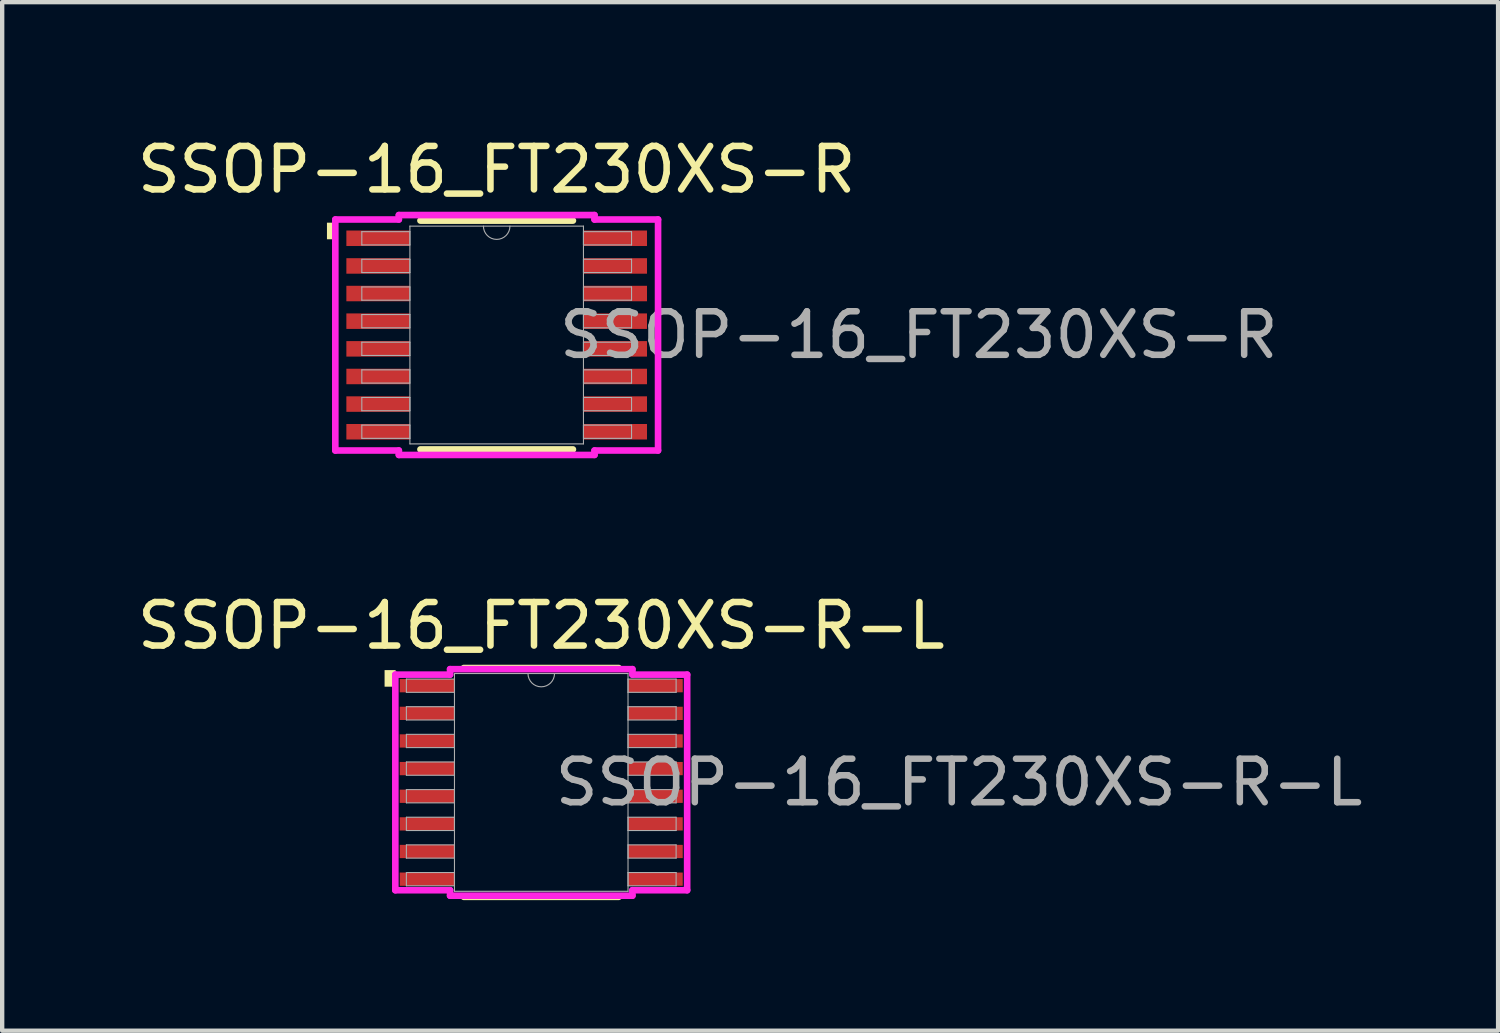
<source format=kicad_pcb>
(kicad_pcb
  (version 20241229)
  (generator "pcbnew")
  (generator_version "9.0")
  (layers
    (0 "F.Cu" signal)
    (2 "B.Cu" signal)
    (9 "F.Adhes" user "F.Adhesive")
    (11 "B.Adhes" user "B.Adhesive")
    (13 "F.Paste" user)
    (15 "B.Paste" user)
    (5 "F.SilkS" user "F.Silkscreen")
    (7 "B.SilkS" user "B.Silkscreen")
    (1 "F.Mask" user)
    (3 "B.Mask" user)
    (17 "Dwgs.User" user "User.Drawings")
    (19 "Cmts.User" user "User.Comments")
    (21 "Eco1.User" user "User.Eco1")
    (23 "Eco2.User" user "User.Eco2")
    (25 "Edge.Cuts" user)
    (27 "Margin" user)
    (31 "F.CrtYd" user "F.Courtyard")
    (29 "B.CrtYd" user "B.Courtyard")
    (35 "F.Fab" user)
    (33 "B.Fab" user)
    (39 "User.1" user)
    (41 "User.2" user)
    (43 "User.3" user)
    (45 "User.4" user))
  (footprint "SSOP-16_FT230XS-R-L"
    (layer "F.Cu")
    (at 9.387 14.929)
    (property "Reference" "SSOP-16_FT230XS-R-L" (at 0 -3.6 0) (unlocked yes) (layer "F.SilkS") (effects (font (size 1 1) (thickness 0.15))))
    (attr smd)
    (fp_line (start -1.779 2.629) (end 1.779 2.629) (stroke (width 0.152) (type solid)) (layer "F.SilkS"))
    (fp_line (start 1.779 -2.629) (end -1.779 -2.629) (stroke (width 0.152) (type solid)) (layer "F.SilkS"))
    (fp_poly (pts (xy -3.346 -2.581) (xy -3.346 -2.2) (xy -3.6 -2.2) (xy -3.6 -2.581)) (stroke (width 0) (type solid)) (fill yes) (layer "F.SilkS"))
    (fp_line (start -3.353 -2.477) (end -2.095 -2.477) (stroke (width 0.152) (type solid)) (layer "F.CrtYd"))
    (fp_line (start -3.353 2.477) (end -3.353 -2.477) (stroke (width 0.152) (type solid)) (layer "F.CrtYd"))
    (fp_line (start -3.353 2.477) (end -2.095 2.477) (stroke (width 0.152) (type solid)) (layer "F.CrtYd"))
    (fp_line (start -2.095 -2.603) (end 2.095 -2.603) (stroke (width 0.152) (type solid)) (layer "F.CrtYd"))
    (fp_line (start -2.095 -2.477) (end -2.095 -2.603) (stroke (width 0.152) (type solid)) (layer "F.CrtYd"))
    (fp_line (start -2.095 2.603) (end -2.095 2.477) (stroke (width 0.152) (type solid)) (layer "F.CrtYd"))
    (fp_line (start 2.095 -2.603) (end 2.095 -2.477) (stroke (width 0.152) (type solid)) (layer "F.CrtYd"))
    (fp_line (start 2.095 2.477) (end 2.095 2.603) (stroke (width 0.152) (type solid)) (layer "F.CrtYd"))
    (fp_line (start 2.095 2.603) (end -2.095 2.603) (stroke (width 0.152) (type solid)) (layer "F.CrtYd"))
    (fp_line (start 3.353 -2.477) (end 2.095 -2.477) (stroke (width 0.152) (type solid)) (layer "F.CrtYd"))
    (fp_line (start 3.353 -2.477) (end 3.353 2.477) (stroke (width 0.152) (type solid)) (layer "F.CrtYd"))
    (fp_line (start 3.353 2.477) (end 2.095 2.477) (stroke (width 0.152) (type solid)) (layer "F.CrtYd"))
    (fp_line (start -3.099 -2.375) (end -3.099 -2.07) (stroke (width 0.025) (type solid)) (layer "F.Fab"))
    (fp_line (start -3.099 -2.07) (end -1.994 -2.07) (stroke (width 0.025) (type solid)) (layer "F.Fab"))
    (fp_line (start -3.099 -1.74) (end -3.099 -1.435) (stroke (width 0.025) (type solid)) (layer "F.Fab"))
    (fp_line (start -3.099 -1.435) (end -1.994 -1.435) (stroke (width 0.025) (type solid)) (layer "F.Fab"))
    (fp_line (start -3.099 -1.105) (end -3.099 -0.8) (stroke (width 0.025) (type solid)) (layer "F.Fab"))
    (fp_line (start -3.099 -0.8) (end -1.994 -0.8) (stroke (width 0.025) (type solid)) (layer "F.Fab"))
    (fp_line (start -3.099 -0.47) (end -3.099 -0.165) (stroke (width 0.025) (type solid)) (layer "F.Fab"))
    (fp_line (start -3.099 -0.165) (end -1.994 -0.165) (stroke (width 0.025) (type solid)) (layer "F.Fab"))
    (fp_line (start -3.099 0.165) (end -3.099 0.47) (stroke (width 0.025) (type solid)) (layer "F.Fab"))
    (fp_line (start -3.099 0.47) (end -1.994 0.47) (stroke (width 0.025) (type solid)) (layer "F.Fab"))
    (fp_line (start -3.099 0.8) (end -3.099 1.105) (stroke (width 0.025) (type solid)) (layer "F.Fab"))
    (fp_line (start -3.099 1.105) (end -1.994 1.105) (stroke (width 0.025) (type solid)) (layer "F.Fab"))
    (fp_line (start -3.099 1.435) (end -3.099 1.74) (stroke (width 0.025) (type solid)) (layer "F.Fab"))
    (fp_line (start -3.099 1.74) (end -1.994 1.74) (stroke (width 0.025) (type solid)) (layer "F.Fab"))
    (fp_line (start -3.099 2.07) (end -3.099 2.375) (stroke (width 0.025) (type solid)) (layer "F.Fab"))
    (fp_line (start -3.099 2.375) (end -1.994 2.375) (stroke (width 0.025) (type solid)) (layer "F.Fab"))
    (fp_line (start -1.994 -2.502) (end -1.994 2.502) (stroke (width 0.025) (type solid)) (layer "F.Fab"))
    (fp_line (start -1.994 -2.375) (end -3.099 -2.375) (stroke (width 0.025) (type solid)) (layer "F.Fab"))
    (fp_line (start -1.994 -2.07) (end -1.994 -2.375) (stroke (width 0.025) (type solid)) (layer "F.Fab"))
    (fp_line (start -1.994 -1.74) (end -3.099 -1.74) (stroke (width 0.025) (type solid)) (layer "F.Fab"))
    (fp_line (start -1.994 -1.435) (end -1.994 -1.74) (stroke (width 0.025) (type solid)) (layer "F.Fab"))
    (fp_line (start -1.994 -1.105) (end -3.099 -1.105) (stroke (width 0.025) (type solid)) (layer "F.Fab"))
    (fp_line (start -1.994 -0.8) (end -1.994 -1.105) (stroke (width 0.025) (type solid)) (layer "F.Fab"))
    (fp_line (start -1.994 -0.47) (end -3.099 -0.47) (stroke (width 0.025) (type solid)) (layer "F.Fab"))
    (fp_line (start -1.994 -0.165) (end -1.994 -0.47) (stroke (width 0.025) (type solid)) (layer "F.Fab"))
    (fp_line (start -1.994 0.165) (end -3.099 0.165) (stroke (width 0.025) (type solid)) (layer "F.Fab"))
    (fp_line (start -1.994 0.47) (end -1.994 0.165) (stroke (width 0.025) (type solid)) (layer "F.Fab"))
    (fp_line (start -1.994 0.8) (end -3.099 0.8) (stroke (width 0.025) (type solid)) (layer "F.Fab"))
    (fp_line (start -1.994 1.105) (end -1.994 0.8) (stroke (width 0.025) (type solid)) (layer "F.Fab"))
    (fp_line (start -1.994 1.435) (end -3.099 1.435) (stroke (width 0.025) (type solid)) (layer "F.Fab"))
    (fp_line (start -1.994 1.74) (end -1.994 1.435) (stroke (width 0.025) (type solid)) (layer "F.Fab"))
    (fp_line (start -1.994 2.07) (end -3.099 2.07) (stroke (width 0.025) (type solid)) (layer "F.Fab"))
    (fp_line (start -1.994 2.375) (end -1.994 2.07) (stroke (width 0.025) (type solid)) (layer "F.Fab"))
    (fp_line (start -1.994 2.502) (end 1.994 2.502) (stroke (width 0.025) (type solid)) (layer "F.Fab"))
    (fp_line (start 1.994 -2.502) (end -1.994 -2.502) (stroke (width 0.025) (type solid)) (layer "F.Fab"))
    (fp_line (start 1.994 -2.375) (end 1.994 -2.07) (stroke (width 0.025) (type solid)) (layer "F.Fab"))
    (fp_line (start 1.994 -2.07) (end 3.099 -2.07) (stroke (width 0.025) (type solid)) (layer "F.Fab"))
    (fp_line (start 1.994 -1.74) (end 1.994 -1.435) (stroke (width 0.025) (type solid)) (layer "F.Fab"))
    (fp_line (start 1.994 -1.435) (end 3.099 -1.435) (stroke (width 0.025) (type solid)) (layer "F.Fab"))
    (fp_line (start 1.994 -1.105) (end 1.994 -0.8) (stroke (width 0.025) (type solid)) (layer "F.Fab"))
    (fp_line (start 1.994 -0.8) (end 3.099 -0.8) (stroke (width 0.025) (type solid)) (layer "F.Fab"))
    (fp_line (start 1.994 -0.47) (end 1.994 -0.165) (stroke (width 0.025) (type solid)) (layer "F.Fab"))
    (fp_line (start 1.994 -0.165) (end 3.099 -0.165) (stroke (width 0.025) (type solid)) (layer "F.Fab"))
    (fp_line (start 1.994 0.165) (end 1.994 0.47) (stroke (width 0.025) (type solid)) (layer "F.Fab"))
    (fp_line (start 1.994 0.47) (end 3.099 0.47) (stroke (width 0.025) (type solid)) (layer "F.Fab"))
    (fp_line (start 1.994 0.8) (end 1.994 1.105) (stroke (width 0.025) (type solid)) (layer "F.Fab"))
    (fp_line (start 1.994 1.105) (end 3.099 1.105) (stroke (width 0.025) (type solid)) (layer "F.Fab"))
    (fp_line (start 1.994 1.435) (end 1.994 1.74) (stroke (width 0.025) (type solid)) (layer "F.Fab"))
    (fp_line (start 1.994 1.74) (end 3.099 1.74) (stroke (width 0.025) (type solid)) (layer "F.Fab"))
    (fp_line (start 1.994 2.07) (end 1.994 2.375) (stroke (width 0.025) (type solid)) (layer "F.Fab"))
    (fp_line (start 1.994 2.375) (end 3.099 2.375) (stroke (width 0.025) (type solid)) (layer "F.Fab"))
    (fp_line (start 1.994 2.502) (end 1.994 -2.502) (stroke (width 0.025) (type solid)) (layer "F.Fab"))
    (fp_line (start 3.099 -2.375) (end 1.994 -2.375) (stroke (width 0.025) (type solid)) (layer "F.Fab"))
    (fp_line (start 3.099 -2.07) (end 3.099 -2.375) (stroke (width 0.025) (type solid)) (layer "F.Fab"))
    (fp_line (start 3.099 -1.74) (end 1.994 -1.74) (stroke (width 0.025) (type solid)) (layer "F.Fab"))
    (fp_line (start 3.099 -1.435) (end 3.099 -1.74) (stroke (width 0.025) (type solid)) (layer "F.Fab"))
    (fp_line (start 3.099 -1.105) (end 1.994 -1.105) (stroke (width 0.025) (type solid)) (layer "F.Fab"))
    (fp_line (start 3.099 -0.8) (end 3.099 -1.105) (stroke (width 0.025) (type solid)) (layer "F.Fab"))
    (fp_line (start 3.099 -0.47) (end 1.994 -0.47) (stroke (width 0.025) (type solid)) (layer "F.Fab"))
    (fp_line (start 3.099 -0.165) (end 3.099 -0.47) (stroke (width 0.025) (type solid)) (layer "F.Fab"))
    (fp_line (start 3.099 0.165) (end 1.994 0.165) (stroke (width 0.025) (type solid)) (layer "F.Fab"))
    (fp_line (start 3.099 0.47) (end 3.099 0.165) (stroke (width 0.025) (type solid)) (layer "F.Fab"))
    (fp_line (start 3.099 0.8) (end 1.994 0.8) (stroke (width 0.025) (type solid)) (layer "F.Fab"))
    (fp_line (start 3.099 1.105) (end 3.099 0.8) (stroke (width 0.025) (type solid)) (layer "F.Fab"))
    (fp_line (start 3.099 1.435) (end 1.994 1.435) (stroke (width 0.025) (type solid)) (layer "F.Fab"))
    (fp_line (start 3.099 1.74) (end 3.099 1.435) (stroke (width 0.025) (type solid)) (layer "F.Fab"))
    (fp_line (start 3.099 2.07) (end 1.994 2.07) (stroke (width 0.025) (type solid)) (layer "F.Fab"))
    (fp_line (start 3.099 2.375) (end 3.099 2.07) (stroke (width 0.025) (type solid)) (layer "F.Fab"))
    (fp_arc (start 0.3048 -2.5019) (mid 0 -2.1971) (end -0.3048 -2.5019) (stroke (width 0.0254) (type solid)) (layer "F.Fab"))
    (fp_text user "${REFERENCE}" (at 9.6 0 0) (unlocked yes) (layer "F.Fab") (effects (font (size 1 1) (thickness 0.15))))
    (pad "1" smd rect (at -2.623 -2.223) (size 1.257 0.305) (layers "F.Cu" "F.Mask" "F.Paste"))
    (pad "2" smd rect (at -2.623 -1.587) (size 1.257 0.305) (layers "F.Cu" "F.Mask" "F.Paste"))
    (pad "3" smd rect (at -2.623 -0.953) (size 1.257 0.305) (layers "F.Cu" "F.Mask" "F.Paste"))
    (pad "4" smd rect (at -2.623 -0.318) (size 1.257 0.305) (layers "F.Cu" "F.Mask" "F.Paste"))
    (pad "5" smd rect (at -2.623 0.318) (size 1.257 0.305) (layers "F.Cu" "F.Mask" "F.Paste"))
    (pad "6" smd rect (at -2.623 0.953) (size 1.257 0.305) (layers "F.Cu" "F.Mask" "F.Paste"))
    (pad "7" smd rect (at -2.623 1.587) (size 1.257 0.305) (layers "F.Cu" "F.Mask" "F.Paste"))
    (pad "8" smd rect (at -2.623 2.223) (size 1.257 0.305) (layers "F.Cu" "F.Mask" "F.Paste"))
    (pad "9" smd rect (at 2.623 2.223) (size 1.257 0.305) (layers "F.Cu" "F.Mask" "F.Paste"))
    (pad "10" smd rect (at 2.623 1.587) (size 1.257 0.305) (layers "F.Cu" "F.Mask" "F.Paste"))
    (pad "11" smd rect (at 2.623 0.953) (size 1.257 0.305) (layers "F.Cu" "F.Mask" "F.Paste"))
    (pad "12" smd rect (at 2.623 0.318) (size 1.257 0.305) (layers "F.Cu" "F.Mask" "F.Paste"))
    (pad "13" smd rect (at 2.623 -0.318) (size 1.257 0.305) (layers "F.Cu" "F.Mask" "F.Paste"))
    (pad "14" smd rect (at 2.623 -0.953) (size 1.257 0.305) (layers "F.Cu" "F.Mask" "F.Paste"))
    (pad "15" smd rect (at 2.623 -1.587) (size 1.257 0.305) (layers "F.Cu" "F.Mask" "F.Paste"))
    (pad "16" smd rect (at 2.623 -2.223) (size 1.257 0.305) (layers "F.Cu" "F.Mask" "F.Paste")))
  (footprint "SSOP-16_FT230XS-R"
    (layer "F.Cu")
    (at 8.363 4.648)
    (property "Reference" "SSOP-16_FT230XS-R" (at 0 -3.8 0) (unlocked yes) (layer "F.SilkS") (effects (font (size 1 1) (thickness 0.15))))
    (attr smd)
    (fp_line (start -1.752 2.629) (end 1.752 2.629) (stroke (width 0.152) (type solid)) (layer "F.SilkS"))
    (fp_line (start 1.752 -2.629) (end -1.752 -2.629) (stroke (width 0.152) (type solid)) (layer "F.SilkS"))
    (fp_poly (pts (xy -3.646 -2.581) (xy -3.646 -2.2) (xy -3.9 -2.2) (xy -3.9 -2.581)) (stroke (width 0) (type solid)) (fill yes) (layer "F.SilkS"))
    (fp_line (start -3.708 -2.654) (end -2.248 -2.654) (stroke (width 0.152) (type solid)) (layer "F.CrtYd"))
    (fp_line (start -3.708 2.654) (end -3.708 -2.654) (stroke (width 0.152) (type solid)) (layer "F.CrtYd"))
    (fp_line (start -3.708 2.654) (end -2.248 2.654) (stroke (width 0.152) (type solid)) (layer "F.CrtYd"))
    (fp_line (start -2.248 -2.756) (end 2.248 -2.756) (stroke (width 0.152) (type solid)) (layer "F.CrtYd"))
    (fp_line (start -2.248 -2.654) (end -2.248 -2.756) (stroke (width 0.152) (type solid)) (layer "F.CrtYd"))
    (fp_line (start -2.248 2.756) (end -2.248 2.654) (stroke (width 0.152) (type solid)) (layer "F.CrtYd"))
    (fp_line (start 2.248 -2.756) (end 2.248 -2.654) (stroke (width 0.152) (type solid)) (layer "F.CrtYd"))
    (fp_line (start 2.248 2.654) (end 2.248 2.756) (stroke (width 0.152) (type solid)) (layer "F.CrtYd"))
    (fp_line (start 2.248 2.756) (end -2.248 2.756) (stroke (width 0.152) (type solid)) (layer "F.CrtYd"))
    (fp_line (start 3.708 -2.654) (end 2.248 -2.654) (stroke (width 0.152) (type solid)) (layer "F.CrtYd"))
    (fp_line (start 3.708 -2.654) (end 3.708 2.654) (stroke (width 0.152) (type solid)) (layer "F.CrtYd"))
    (fp_line (start 3.708 2.654) (end 2.248 2.654) (stroke (width 0.152) (type solid)) (layer "F.CrtYd"))
    (fp_line (start -3.099 -2.375) (end -3.099 -2.07) (stroke (width 0.025) (type solid)) (layer "F.Fab"))
    (fp_line (start -3.099 -2.07) (end -1.994 -2.07) (stroke (width 0.025) (type solid)) (layer "F.Fab"))
    (fp_line (start -3.099 -1.74) (end -3.099 -1.435) (stroke (width 0.025) (type solid)) (layer "F.Fab"))
    (fp_line (start -3.099 -1.435) (end -1.994 -1.435) (stroke (width 0.025) (type solid)) (layer "F.Fab"))
    (fp_line (start -3.099 -1.105) (end -3.099 -0.8) (stroke (width 0.025) (type solid)) (layer "F.Fab"))
    (fp_line (start -3.099 -0.8) (end -1.994 -0.8) (stroke (width 0.025) (type solid)) (layer "F.Fab"))
    (fp_line (start -3.099 -0.47) (end -3.099 -0.165) (stroke (width 0.025) (type solid)) (layer "F.Fab"))
    (fp_line (start -3.099 -0.165) (end -1.994 -0.165) (stroke (width 0.025) (type solid)) (layer "F.Fab"))
    (fp_line (start -3.099 0.165) (end -3.099 0.47) (stroke (width 0.025) (type solid)) (layer "F.Fab"))
    (fp_line (start -3.099 0.47) (end -1.994 0.47) (stroke (width 0.025) (type solid)) (layer "F.Fab"))
    (fp_line (start -3.099 0.8) (end -3.099 1.105) (stroke (width 0.025) (type solid)) (layer "F.Fab"))
    (fp_line (start -3.099 1.105) (end -1.994 1.105) (stroke (width 0.025) (type solid)) (layer "F.Fab"))
    (fp_line (start -3.099 1.435) (end -3.099 1.74) (stroke (width 0.025) (type solid)) (layer "F.Fab"))
    (fp_line (start -3.099 1.74) (end -1.994 1.74) (stroke (width 0.025) (type solid)) (layer "F.Fab"))
    (fp_line (start -3.099 2.07) (end -3.099 2.375) (stroke (width 0.025) (type solid)) (layer "F.Fab"))
    (fp_line (start -3.099 2.375) (end -1.994 2.375) (stroke (width 0.025) (type solid)) (layer "F.Fab"))
    (fp_line (start -1.994 -2.502) (end -1.994 2.502) (stroke (width 0.025) (type solid)) (layer "F.Fab"))
    (fp_line (start -1.994 -2.375) (end -3.099 -2.375) (stroke (width 0.025) (type solid)) (layer "F.Fab"))
    (fp_line (start -1.994 -2.07) (end -1.994 -2.375) (stroke (width 0.025) (type solid)) (layer "F.Fab"))
    (fp_line (start -1.994 -1.74) (end -3.099 -1.74) (stroke (width 0.025) (type solid)) (layer "F.Fab"))
    (fp_line (start -1.994 -1.435) (end -1.994 -1.74) (stroke (width 0.025) (type solid)) (layer "F.Fab"))
    (fp_line (start -1.994 -1.105) (end -3.099 -1.105) (stroke (width 0.025) (type solid)) (layer "F.Fab"))
    (fp_line (start -1.994 -0.8) (end -1.994 -1.105) (stroke (width 0.025) (type solid)) (layer "F.Fab"))
    (fp_line (start -1.994 -0.47) (end -3.099 -0.47) (stroke (width 0.025) (type solid)) (layer "F.Fab"))
    (fp_line (start -1.994 -0.165) (end -1.994 -0.47) (stroke (width 0.025) (type solid)) (layer "F.Fab"))
    (fp_line (start -1.994 0.165) (end -3.099 0.165) (stroke (width 0.025) (type solid)) (layer "F.Fab"))
    (fp_line (start -1.994 0.47) (end -1.994 0.165) (stroke (width 0.025) (type solid)) (layer "F.Fab"))
    (fp_line (start -1.994 0.8) (end -3.099 0.8) (stroke (width 0.025) (type solid)) (layer "F.Fab"))
    (fp_line (start -1.994 1.105) (end -1.994 0.8) (stroke (width 0.025) (type solid)) (layer "F.Fab"))
    (fp_line (start -1.994 1.435) (end -3.099 1.435) (stroke (width 0.025) (type solid)) (layer "F.Fab"))
    (fp_line (start -1.994 1.74) (end -1.994 1.435) (stroke (width 0.025) (type solid)) (layer "F.Fab"))
    (fp_line (start -1.994 2.07) (end -3.099 2.07) (stroke (width 0.025) (type solid)) (layer "F.Fab"))
    (fp_line (start -1.994 2.375) (end -1.994 2.07) (stroke (width 0.025) (type solid)) (layer "F.Fab"))
    (fp_line (start -1.994 2.502) (end 1.994 2.502) (stroke (width 0.025) (type solid)) (layer "F.Fab"))
    (fp_line (start 1.994 -2.502) (end -1.994 -2.502) (stroke (width 0.025) (type solid)) (layer "F.Fab"))
    (fp_line (start 1.994 -2.375) (end 1.994 -2.07) (stroke (width 0.025) (type solid)) (layer "F.Fab"))
    (fp_line (start 1.994 -2.07) (end 3.099 -2.07) (stroke (width 0.025) (type solid)) (layer "F.Fab"))
    (fp_line (start 1.994 -1.74) (end 1.994 -1.435) (stroke (width 0.025) (type solid)) (layer "F.Fab"))
    (fp_line (start 1.994 -1.435) (end 3.099 -1.435) (stroke (width 0.025) (type solid)) (layer "F.Fab"))
    (fp_line (start 1.994 -1.105) (end 1.994 -0.8) (stroke (width 0.025) (type solid)) (layer "F.Fab"))
    (fp_line (start 1.994 -0.8) (end 3.099 -0.8) (stroke (width 0.025) (type solid)) (layer "F.Fab"))
    (fp_line (start 1.994 -0.47) (end 1.994 -0.165) (stroke (width 0.025) (type solid)) (layer "F.Fab"))
    (fp_line (start 1.994 -0.165) (end 3.099 -0.165) (stroke (width 0.025) (type solid)) (layer "F.Fab"))
    (fp_line (start 1.994 0.165) (end 1.994 0.47) (stroke (width 0.025) (type solid)) (layer "F.Fab"))
    (fp_line (start 1.994 0.47) (end 3.099 0.47) (stroke (width 0.025) (type solid)) (layer "F.Fab"))
    (fp_line (start 1.994 0.8) (end 1.994 1.105) (stroke (width 0.025) (type solid)) (layer "F.Fab"))
    (fp_line (start 1.994 1.105) (end 3.099 1.105) (stroke (width 0.025) (type solid)) (layer "F.Fab"))
    (fp_line (start 1.994 1.435) (end 1.994 1.74) (stroke (width 0.025) (type solid)) (layer "F.Fab"))
    (fp_line (start 1.994 1.74) (end 3.099 1.74) (stroke (width 0.025) (type solid)) (layer "F.Fab"))
    (fp_line (start 1.994 2.07) (end 1.994 2.375) (stroke (width 0.025) (type solid)) (layer "F.Fab"))
    (fp_line (start 1.994 2.375) (end 3.099 2.375) (stroke (width 0.025) (type solid)) (layer "F.Fab"))
    (fp_line (start 1.994 2.502) (end 1.994 -2.502) (stroke (width 0.025) (type solid)) (layer "F.Fab"))
    (fp_line (start 3.099 -2.375) (end 1.994 -2.375) (stroke (width 0.025) (type solid)) (layer "F.Fab"))
    (fp_line (start 3.099 -2.07) (end 3.099 -2.375) (stroke (width 0.025) (type solid)) (layer "F.Fab"))
    (fp_line (start 3.099 -1.74) (end 1.994 -1.74) (stroke (width 0.025) (type solid)) (layer "F.Fab"))
    (fp_line (start 3.099 -1.435) (end 3.099 -1.74) (stroke (width 0.025) (type solid)) (layer "F.Fab"))
    (fp_line (start 3.099 -1.105) (end 1.994 -1.105) (stroke (width 0.025) (type solid)) (layer "F.Fab"))
    (fp_line (start 3.099 -0.8) (end 3.099 -1.105) (stroke (width 0.025) (type solid)) (layer "F.Fab"))
    (fp_line (start 3.099 -0.47) (end 1.994 -0.47) (stroke (width 0.025) (type solid)) (layer "F.Fab"))
    (fp_line (start 3.099 -0.165) (end 3.099 -0.47) (stroke (width 0.025) (type solid)) (layer "F.Fab"))
    (fp_line (start 3.099 0.165) (end 1.994 0.165) (stroke (width 0.025) (type solid)) (layer "F.Fab"))
    (fp_line (start 3.099 0.47) (end 3.099 0.165) (stroke (width 0.025) (type solid)) (layer "F.Fab"))
    (fp_line (start 3.099 0.8) (end 1.994 0.8) (stroke (width 0.025) (type solid)) (layer "F.Fab"))
    (fp_line (start 3.099 1.105) (end 3.099 0.8) (stroke (width 0.025) (type solid)) (layer "F.Fab"))
    (fp_line (start 3.099 1.435) (end 1.994 1.435) (stroke (width 0.025) (type solid)) (layer "F.Fab"))
    (fp_line (start 3.099 1.74) (end 3.099 1.435) (stroke (width 0.025) (type solid)) (layer "F.Fab"))
    (fp_line (start 3.099 2.07) (end 1.994 2.07) (stroke (width 0.025) (type solid)) (layer "F.Fab"))
    (fp_line (start 3.099 2.375) (end 3.099 2.07) (stroke (width 0.025) (type solid)) (layer "F.Fab"))
    (fp_arc (start 0.3048 -2.5019) (mid 0 -2.1971) (end -0.3048 -2.5019) (stroke (width 0.0254) (type solid)) (layer "F.Fab"))
    (fp_text user "${REFERENCE}" (at 9.7 0 0) (unlocked yes) (layer "F.Fab") (effects (font (size 1 1) (thickness 0.15))))
    (pad "1" smd rect (at -2.724 -2.223) (size 1.46 0.356) (layers "F.Cu" "F.Mask" "F.Paste"))
    (pad "2" smd rect (at -2.724 -1.587) (size 1.46 0.356) (layers "F.Cu" "F.Mask" "F.Paste"))
    (pad "3" smd rect (at -2.724 -0.953) (size 1.46 0.356) (layers "F.Cu" "F.Mask" "F.Paste"))
    (pad "4" smd rect (at -2.724 -0.318) (size 1.46 0.356) (layers "F.Cu" "F.Mask" "F.Paste"))
    (pad "5" smd rect (at -2.724 0.318) (size 1.46 0.356) (layers "F.Cu" "F.Mask" "F.Paste"))
    (pad "6" smd rect (at -2.724 0.953) (size 1.46 0.356) (layers "F.Cu" "F.Mask" "F.Paste"))
    (pad "7" smd rect (at -2.724 1.587) (size 1.46 0.356) (layers "F.Cu" "F.Mask" "F.Paste"))
    (pad "8" smd rect (at -2.724 2.223) (size 1.46 0.356) (layers "F.Cu" "F.Mask" "F.Paste"))
    (pad "9" smd rect (at 2.724 2.223) (size 1.46 0.356) (layers "F.Cu" "F.Mask" "F.Paste"))
    (pad "10" smd rect (at 2.724 1.587) (size 1.46 0.356) (layers "F.Cu" "F.Mask" "F.Paste"))
    (pad "11" smd rect (at 2.724 0.953) (size 1.46 0.356) (layers "F.Cu" "F.Mask" "F.Paste"))
    (pad "12" smd rect (at 2.724 0.318) (size 1.46 0.356) (layers "F.Cu" "F.Mask" "F.Paste"))
    (pad "13" smd rect (at 2.724 -0.318) (size 1.46 0.356) (layers "F.Cu" "F.Mask" "F.Paste"))
    (pad "14" smd rect (at 2.724 -0.953) (size 1.46 0.356) (layers "F.Cu" "F.Mask" "F.Paste"))
    (pad "15" smd rect (at 2.724 -1.587) (size 1.46 0.356) (layers "F.Cu" "F.Mask" "F.Paste"))
    (pad "16" smd rect (at 2.724 -2.223) (size 1.46 0.356) (layers "F.Cu" "F.Mask" "F.Paste")))
  (gr_rect
    (start -3 -3)
    (end 31.374 20.634)
    (stroke (width 0.1) (type default))
    (fill no)
    (layer "Edge.Cuts")))
</source>
